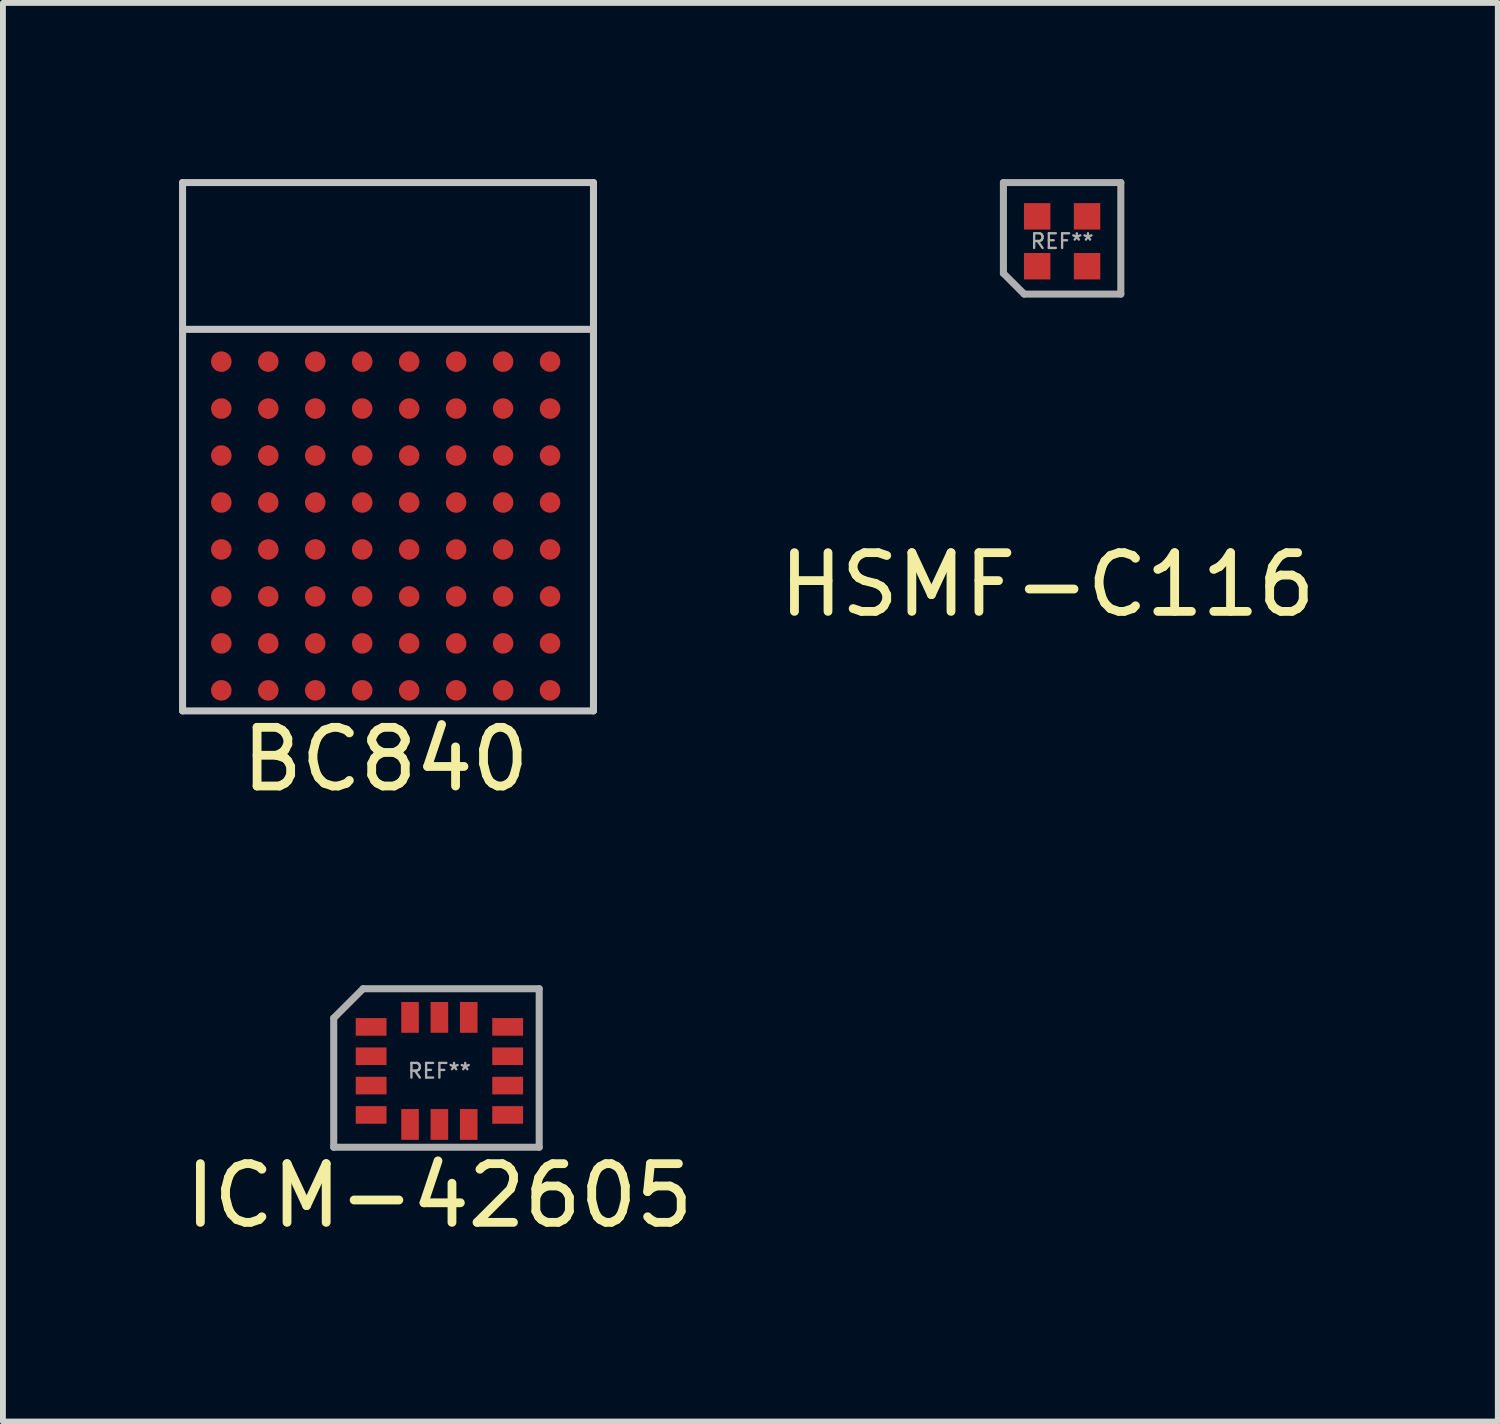
<source format=kicad_pcb>
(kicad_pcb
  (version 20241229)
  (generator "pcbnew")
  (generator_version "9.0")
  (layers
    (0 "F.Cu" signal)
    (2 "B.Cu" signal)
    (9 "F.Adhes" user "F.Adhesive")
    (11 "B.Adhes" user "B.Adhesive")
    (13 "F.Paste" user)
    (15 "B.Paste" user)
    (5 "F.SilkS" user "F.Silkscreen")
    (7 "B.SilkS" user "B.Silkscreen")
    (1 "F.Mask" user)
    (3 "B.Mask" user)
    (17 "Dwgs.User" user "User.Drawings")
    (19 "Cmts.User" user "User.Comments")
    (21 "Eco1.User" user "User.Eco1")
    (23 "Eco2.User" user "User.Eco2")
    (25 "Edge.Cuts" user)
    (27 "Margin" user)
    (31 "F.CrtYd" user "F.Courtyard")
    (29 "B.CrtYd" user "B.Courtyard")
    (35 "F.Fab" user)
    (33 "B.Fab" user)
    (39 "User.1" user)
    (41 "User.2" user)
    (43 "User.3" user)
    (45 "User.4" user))
  (footprint "BC840"
    (layer "F.Cu")
    (at 3.52 5.91)
    (property "Reference" "BC840" (at 0 3.975 0) (layer "F.SilkS") (effects (font (size 1 1) (thickness 0.15))))
    (attr smd)
    (fp_line (start -3.46 -5.85) (end -3.46 3.15) (stroke (width 0.12) (type solid)) (layer "Dwgs.User"))
    (fp_line (start -3.46 -5.85) (end 3.54 -5.85) (stroke (width 0.12) (type solid)) (layer "Dwgs.User"))
    (fp_line (start -3.46 -3.35) (end 3.54 -3.35) (stroke (width 0.12) (type solid)) (layer "Dwgs.User"))
    (fp_line (start -3.46 3.15) (end 3.54 3.15) (stroke (width 0.12) (type solid)) (layer "Dwgs.User"))
    (fp_line (start 3.54 -5.85) (end 3.54 3.15) (stroke (width 0.12) (type solid)) (layer "Dwgs.User"))
    (pad "A0" smd circle (at -2.8 -2.8) (size 0.35 0.35) (layers "F.Cu" "F.Mask" "F.Paste"))
    (pad "A1" smd circle (at -2.8 -2) (size 0.35 0.35) (layers "F.Cu" "F.Mask" "F.Paste"))
    (pad "A2" smd circle (at -2.8 -1.2) (size 0.35 0.35) (layers "F.Cu" "F.Mask" "F.Paste"))
    (pad "A3" smd circle (at -2.8 -0.4) (size 0.35 0.35) (layers "F.Cu" "F.Mask" "F.Paste"))
    (pad "A4" smd circle (at -2.8 0.4) (size 0.35 0.35) (layers "F.Cu" "F.Mask" "F.Paste"))
    (pad "A5" smd circle (at -2.8 1.2) (size 0.35 0.35) (layers "F.Cu" "F.Mask" "F.Paste"))
    (pad "A6" smd circle (at -2.8 2) (size 0.35 0.35) (layers "F.Cu" "F.Mask" "F.Paste"))
    (pad "A7" smd circle (at -2.8 2.8) (size 0.35 0.35) (layers "F.Cu" "F.Mask" "F.Paste"))
    (pad "B0" smd circle (at -2 -2.8) (size 0.35 0.35) (layers "F.Cu" "F.Mask" "F.Paste"))
    (pad "B1" smd circle (at -2 -2) (size 0.35 0.35) (layers "F.Cu" "F.Mask" "F.Paste"))
    (pad "B2" smd circle (at -2 -1.2) (size 0.35 0.35) (layers "F.Cu" "F.Mask" "F.Paste"))
    (pad "B3" smd circle (at -2 -0.4) (size 0.35 0.35) (layers "F.Cu" "F.Mask" "F.Paste"))
    (pad "B4" smd circle (at -2 0.4) (size 0.35 0.35) (layers "F.Cu" "F.Mask" "F.Paste"))
    (pad "B5" smd circle (at -2 1.2) (size 0.35 0.35) (layers "F.Cu" "F.Mask" "F.Paste"))
    (pad "B6" smd circle (at -2 2) (size 0.35 0.35) (layers "F.Cu" "F.Mask" "F.Paste"))
    (pad "B7" smd circle (at -2 2.8) (size 0.35 0.35) (layers "F.Cu" "F.Mask" "F.Paste"))
    (pad "C0" smd circle (at -1.2 -2.8) (size 0.35 0.35) (layers "F.Cu" "F.Mask" "F.Paste"))
    (pad "C1" smd circle (at -1.2 -2) (size 0.35 0.35) (layers "F.Cu" "F.Mask" "F.Paste"))
    (pad "C2" smd circle (at -1.2 -1.2) (size 0.35 0.35) (layers "F.Cu" "F.Mask" "F.Paste"))
    (pad "C3" smd circle (at -1.2 -0.4) (size 0.35 0.35) (layers "F.Cu" "F.Mask" "F.Paste"))
    (pad "C4" smd circle (at -1.2 0.4) (size 0.35 0.35) (layers "F.Cu" "F.Mask" "F.Paste"))
    (pad "C5" smd circle (at -1.2 1.2) (size 0.35 0.35) (layers "F.Cu" "F.Mask" "F.Paste"))
    (pad "C6" smd circle (at -1.2 2) (size 0.35 0.35) (layers "F.Cu" "F.Mask" "F.Paste"))
    (pad "C7" smd circle (at -1.2 2.8) (size 0.35 0.35) (layers "F.Cu" "F.Mask" "F.Paste"))
    (pad "D0" smd circle (at -0.4 -2.8) (size 0.35 0.35) (layers "F.Cu" "F.Mask" "F.Paste"))
    (pad "D1" smd circle (at -0.4 -2) (size 0.35 0.35) (layers "F.Cu" "F.Mask" "F.Paste"))
    (pad "D2" smd circle (at -0.4 -1.2) (size 0.35 0.35) (layers "F.Cu" "F.Mask" "F.Paste"))
    (pad "D3" smd circle (at -0.4 -0.4 90) (size 0.35 0.35) (layers "F.Cu" "F.Mask" "F.Paste"))
    (pad "D4" smd circle (at -0.4 0.4) (size 0.35 0.35) (layers "F.Cu" "F.Mask" "F.Paste"))
    (pad "D5" smd circle (at -0.4 1.2) (size 0.35 0.35) (layers "F.Cu" "F.Mask" "F.Paste"))
    (pad "D6" smd circle (at -0.4 2) (size 0.35 0.35) (layers "F.Cu" "F.Mask" "F.Paste"))
    (pad "D7" smd circle (at -0.4 2.8) (size 0.35 0.35) (layers "F.Cu" "F.Mask" "F.Paste"))
    (pad "E0" smd circle (at 0.4 -2.8) (size 0.35 0.35) (layers "F.Cu" "F.Mask" "F.Paste"))
    (pad "E1" smd circle (at 0.4 -2) (size 0.35 0.35) (layers "F.Cu" "F.Mask" "F.Paste"))
    (pad "E2" smd circle (at 0.4 -1.2) (size 0.35 0.35) (layers "F.Cu" "F.Mask" "F.Paste"))
    (pad "E3" smd circle (at 0.4 -0.4) (size 0.35 0.35) (layers "F.Cu" "F.Mask" "F.Paste"))
    (pad "E4" smd circle (at 0.4 0.4) (size 0.35 0.35) (layers "F.Cu" "F.Mask" "F.Paste"))
    (pad "E5" smd circle (at 0.4 1.2) (size 0.35 0.35) (layers "F.Cu" "F.Mask" "F.Paste"))
    (pad "E6" smd circle (at 0.4 2) (size 0.35 0.35) (layers "F.Cu" "F.Mask" "F.Paste"))
    (pad "E7" smd circle (at 0.4 2.8) (size 0.35 0.35) (layers "F.Cu" "F.Mask" "F.Paste"))
    (pad "F0" smd circle (at 1.2 -2.8) (size 0.35 0.35) (layers "F.Cu" "F.Mask" "F.Paste"))
    (pad "F1" smd circle (at 1.2 -2) (size 0.35 0.35) (layers "F.Cu" "F.Mask" "F.Paste"))
    (pad "F2" smd circle (at 1.2 -1.2) (size 0.35 0.35) (layers "F.Cu" "F.Mask" "F.Paste"))
    (pad "F3" smd circle (at 1.2 -0.4) (size 0.35 0.35) (layers "F.Cu" "F.Mask" "F.Paste"))
    (pad "F4" smd circle (at 1.2 0.4) (size 0.35 0.35) (layers "F.Cu" "F.Mask" "F.Paste"))
    (pad "F5" smd circle (at 1.2 1.2) (size 0.35 0.35) (layers "F.Cu" "F.Mask" "F.Paste"))
    (pad "F6" smd circle (at 1.2 2) (size 0.35 0.35) (layers "F.Cu" "F.Mask" "F.Paste"))
    (pad "F7" smd circle (at 1.2 2.8) (size 0.35 0.35) (layers "F.Cu" "F.Mask" "F.Paste"))
    (pad "G0" smd circle (at 2 -2.8) (size 0.35 0.35) (layers "F.Cu" "F.Mask" "F.Paste"))
    (pad "G1" smd circle (at 2 -2) (size 0.35 0.35) (layers "F.Cu" "F.Mask" "F.Paste"))
    (pad "G2" smd circle (at 2 -1.2) (size 0.35 0.35) (layers "F.Cu" "F.Mask" "F.Paste"))
    (pad "G3" smd circle (at 2 -0.4) (size 0.35 0.35) (layers "F.Cu" "F.Mask" "F.Paste"))
    (pad "G4" smd circle (at 2 0.4) (size 0.35 0.35) (layers "F.Cu" "F.Mask" "F.Paste"))
    (pad "G5" smd circle (at 2 1.2) (size 0.35 0.35) (layers "F.Cu" "F.Mask" "F.Paste"))
    (pad "G6" smd circle (at 2 2) (size 0.35 0.35) (layers "F.Cu" "F.Mask" "F.Paste"))
    (pad "G7" smd circle (at 2 2.8) (size 0.35 0.35) (layers "F.Cu" "F.Mask" "F.Paste"))
    (pad "H0" smd circle (at 2.8 -2.8) (size 0.35 0.35) (layers "F.Cu" "F.Mask" "F.Paste"))
    (pad "H1" smd circle (at 2.8 -2) (size 0.35 0.35) (layers "F.Cu" "F.Mask" "F.Paste"))
    (pad "H2" smd circle (at 2.8 -1.2) (size 0.35 0.35) (layers "F.Cu" "F.Mask" "F.Paste"))
    (pad "H3" smd circle (at 2.8 -0.4) (size 0.35 0.35) (layers "F.Cu" "F.Mask" "F.Paste"))
    (pad "H4" smd circle (at 2.8 0.4) (size 0.35 0.35) (layers "F.Cu" "F.Mask" "F.Paste"))
    (pad "H5" smd circle (at 2.8 1.2) (size 0.35 0.35) (layers "F.Cu" "F.Mask" "F.Paste"))
    (pad "H6" smd circle (at 2.8 2) (size 0.35 0.35) (layers "F.Cu" "F.Mask" "F.Paste"))
    (pad "H7" smd circle (at 2.8 2.8) (size 0.35 0.35) (layers "F.Cu" "F.Mask" "F.Paste")))
  (footprint "ICM-42605"
    (layer "F.Cu")
    (at 4.435 15.193)
    (property "Reference" "ICM-42605" (at 0 2.125 0) (layer "F.SilkS") (effects (font (size 1 1) (thickness 0.15))))
    (attr smd)
    (fp_line (start -1.8 -0.9) (end -1.8 1.3) (stroke (width 0.12) (type solid)) (layer "F.Fab"))
    (fp_line (start -1.8 1.3) (end 1.7 1.3) (stroke (width 0.12) (type solid)) (layer "F.Fab"))
    (fp_line (start -1.3 -1.4) (end -1.8 -0.9) (stroke (width 0.12) (type solid)) (layer "F.Fab"))
    (fp_line (start 1.7 -1.4) (end -1.3 -1.4) (stroke (width 0.12) (type solid)) (layer "F.Fab"))
    (fp_line (start 1.7 1.3) (end 1.7 -1.4) (stroke (width 0.12) (type solid)) (layer "F.Fab"))
    (fp_text user "REF**" (at 0 0 0) (layer "F.Fab") (effects (font (size 0.25 0.25) (thickness 0.04))))
    (pad "1" smd trapezoid (at -1.163 -0.75) (size 0.525 0.3) (layers "F.Cu" "F.Mask" "F.Paste"))
    (pad "2" smd trapezoid (at -1.163 -0.25) (size 0.525 0.3) (layers "F.Cu" "F.Mask" "F.Paste"))
    (pad "3" smd trapezoid (at -1.163 0.25) (size 0.525 0.3) (layers "F.Cu" "F.Mask" "F.Paste"))
    (pad "4" smd trapezoid (at -1.163 0.75) (size 0.525 0.3) (layers "F.Cu" "F.Mask" "F.Paste"))
    (pad "5" smd trapezoid (at -0.5 0.912) (size 0.3 0.525) (layers "F.Cu" "F.Mask" "F.Paste"))
    (pad "6" smd trapezoid (at 0 0.912) (size 0.3 0.525) (layers "F.Cu" "F.Mask" "F.Paste"))
    (pad "7" smd trapezoid (at 0.5 0.912) (size 0.3 0.525) (layers "F.Cu" "F.Mask" "F.Paste"))
    (pad "8" smd trapezoid (at 1.163 0.75) (size 0.525 0.3) (layers "F.Cu" "F.Mask" "F.Paste"))
    (pad "9" smd trapezoid (at 1.163 0.25) (size 0.525 0.3) (layers "F.Cu" "F.Mask" "F.Paste"))
    (pad "10" smd trapezoid (at 1.163 -0.25) (size 0.525 0.3) (layers "F.Cu" "F.Mask" "F.Paste"))
    (pad "11" smd trapezoid (at 1.163 -0.75) (size 0.525 0.3) (layers "F.Cu" "F.Mask" "F.Paste"))
    (pad "12" smd trapezoid (at 0.5 -0.912) (size 0.3 0.525) (layers "F.Cu" "F.Mask" "F.Paste"))
    (pad "13" smd trapezoid (at 0 -0.912) (size 0.3 0.525) (layers "F.Cu" "F.Mask" "F.Paste"))
    (pad "14" smd trapezoid (at -0.5 -0.912) (size 0.3 0.525) (layers "F.Cu" "F.Mask" "F.Paste")))
  (footprint "HSMF-C116"
    (layer "F.Cu")
    (at 15.043 1.06)
    (property "Reference" "HSMF-C116" (at -0.25 5.85 0) (layer "F.SilkS") (effects (font (size 1 1) (thickness 0.15))))
    (attr smd)
    (fp_line (start -1 -1) (end -1 0.546) (stroke (width 0.12) (type solid)) (layer "F.Fab"))
    (fp_line (start -1 0.546) (end -0.646 0.9) (stroke (width 0.12) (type solid)) (layer "F.Fab"))
    (fp_line (start -0.646 0.9) (end 1 0.9) (stroke (width 0.12) (type solid)) (layer "F.Fab"))
    (fp_line (start 1 -1) (end -1 -1) (stroke (width 0.12) (type solid)) (layer "F.Fab"))
    (fp_line (start 1 0.9) (end 1 -1) (stroke (width 0.12) (type solid)) (layer "F.Fab"))
    (fp_text user "REF**" (at 0 0 0) (layer "F.Fab") (effects (font (size 0.25 0.25) (thickness 0.04))))
    (pad "1" smd rect (at -0.425 0.425) (size 0.45 0.45) (layers "F.Cu" "F.Mask" "F.Paste"))
    (pad "2" smd rect (at -0.425 -0.425) (size 0.45 0.45) (layers "F.Cu" "F.Mask" "F.Paste"))
    (pad "3" smd rect (at 0.425 -0.425) (size 0.45 0.45) (layers "F.Cu" "F.Mask" "F.Paste"))
    (pad "4" smd rect (at 0.425 0.425) (size 0.45 0.45) (layers "F.Cu" "F.Mask" "F.Paste")))
  (gr_rect
    (start -3 -3)
    (end 22.465 21.166)
    (stroke (width 0.1) (type default))
    (fill no)
    (layer "Edge.Cuts")))
</source>
